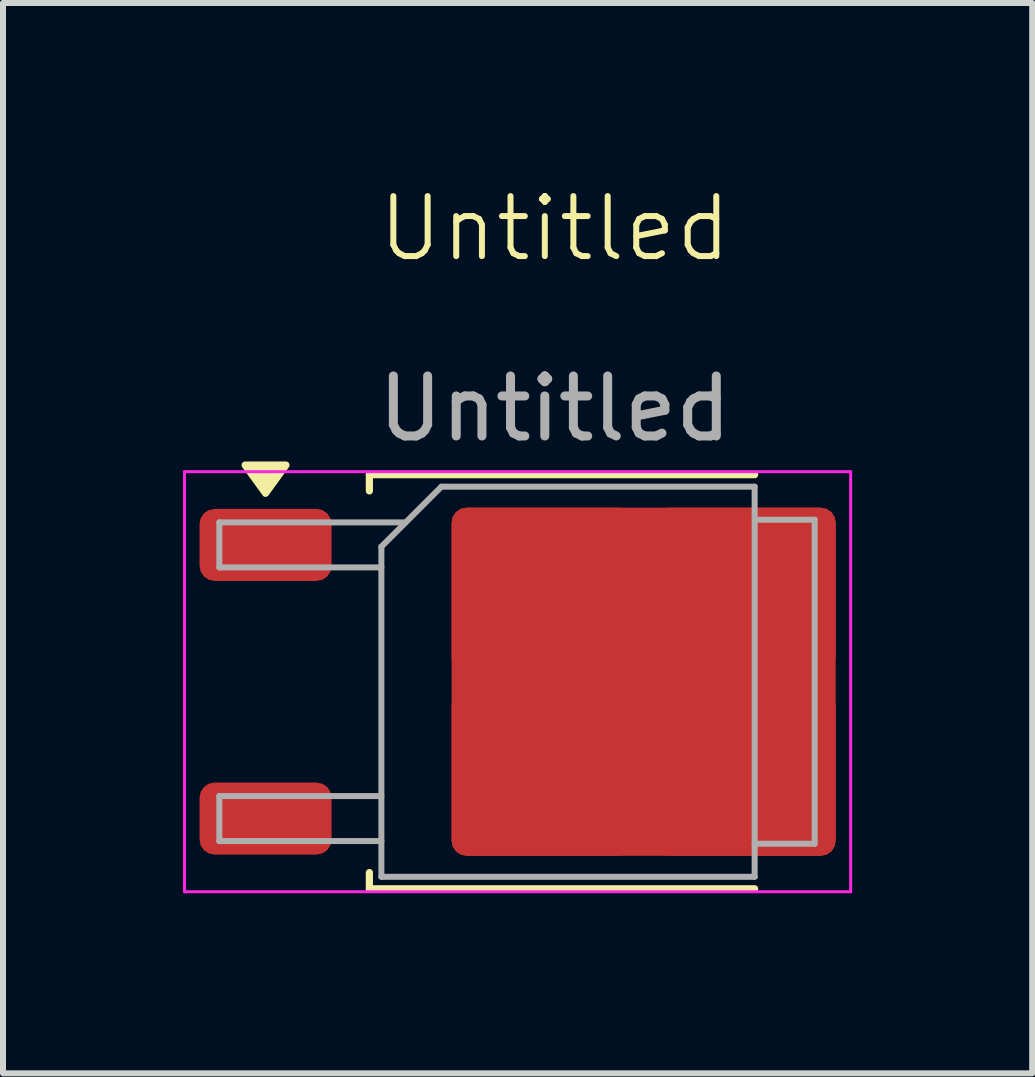
<source format=kicad_pcb>
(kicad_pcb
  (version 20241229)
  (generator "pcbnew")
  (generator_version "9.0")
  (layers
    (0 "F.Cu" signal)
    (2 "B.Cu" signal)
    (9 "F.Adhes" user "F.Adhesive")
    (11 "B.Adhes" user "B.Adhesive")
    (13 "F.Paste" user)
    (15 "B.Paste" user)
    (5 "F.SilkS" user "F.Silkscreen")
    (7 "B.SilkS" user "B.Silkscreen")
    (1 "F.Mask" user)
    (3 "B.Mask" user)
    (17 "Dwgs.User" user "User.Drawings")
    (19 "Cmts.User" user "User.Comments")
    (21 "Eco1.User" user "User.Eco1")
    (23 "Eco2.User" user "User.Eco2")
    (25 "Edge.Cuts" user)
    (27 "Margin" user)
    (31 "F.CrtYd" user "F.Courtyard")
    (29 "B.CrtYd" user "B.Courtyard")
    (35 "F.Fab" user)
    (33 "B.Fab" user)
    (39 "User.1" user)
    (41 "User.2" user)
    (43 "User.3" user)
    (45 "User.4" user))
  (footprint "Untitled"
    (layer "F.Cu")
    (at 6.195 1.26)
    (property "Reference" "Untitled" (at 0 -0.5 0) (unlocked yes) (layer "F.SilkS") (effects (font (size 1 1) (thickness 0.1))))
    (attr smd)
    (fp_line (start -3.09 3.6) (end -3.09 3.87) (stroke (width 0.12) (type solid)) (layer "F.SilkS"))
    (fp_line (start -3.09 10.5) (end -3.09 10.23) (stroke (width 0.12) (type solid)) (layer "F.SilkS"))
    (fp_line (start 3.33 3.6) (end -3.09 3.6) (stroke (width 0.12) (type solid)) (layer "F.SilkS"))
    (fp_line (start 3.33 10.5) (end -3.09 10.5) (stroke (width 0.12) (type solid)) (layer "F.SilkS"))
    (fp_poly (pts (xy -4.82 3.91) (xy -5.16 3.44) (xy -4.48 3.44) (xy -4.82 3.91)) (stroke (width 0.12) (type solid)) (fill yes) (layer "F.SilkS"))
    (fp_line (start -6.17 3.55) (end -6.17 10.55) (stroke (width 0.05) (type solid)) (layer "F.CrtYd"))
    (fp_line (start -6.17 10.55) (end 4.93 10.55) (stroke (width 0.05) (type solid)) (layer "F.CrtYd"))
    (fp_line (start 4.93 3.55) (end -6.17 3.55) (stroke (width 0.05) (type solid)) (layer "F.CrtYd"))
    (fp_line (start 4.93 10.55) (end 4.93 3.55) (stroke (width 0.05) (type solid)) (layer "F.CrtYd"))
    (fp_line (start -5.59 4.395) (end -5.59 5.145) (stroke (width 0.1) (type solid)) (layer "F.Fab"))
    (fp_line (start -5.59 5.145) (end -2.89 5.145) (stroke (width 0.1) (type solid)) (layer "F.Fab"))
    (fp_line (start -5.59 8.955) (end -5.59 9.705) (stroke (width 0.1) (type solid)) (layer "F.Fab"))
    (fp_line (start -5.59 9.705) (end -2.89 9.705) (stroke (width 0.1) (type solid)) (layer "F.Fab"))
    (fp_line (start -2.89 4.8) (end -1.89 3.8) (stroke (width 0.1) (type solid)) (layer "F.Fab"))
    (fp_line (start -2.89 8.955) (end -5.59 8.955) (stroke (width 0.1) (type solid)) (layer "F.Fab"))
    (fp_line (start -2.89 10.3) (end -2.89 4.8) (stroke (width 0.1) (type solid)) (layer "F.Fab"))
    (fp_line (start -2.485 4.395) (end -5.59 4.395) (stroke (width 0.1) (type solid)) (layer "F.Fab"))
    (fp_line (start -1.89 3.8) (end 3.33 3.8) (stroke (width 0.1) (type solid)) (layer "F.Fab"))
    (fp_line (start 3.33 3.8) (end 3.33 10.3) (stroke (width 0.1) (type solid)) (layer "F.Fab"))
    (fp_line (start 3.33 4.35) (end 4.33 4.35) (stroke (width 0.1) (type solid)) (layer "F.Fab"))
    (fp_line (start 3.33 10.3) (end -2.89 10.3) (stroke (width 0.1) (type solid)) (layer "F.Fab"))
    (fp_line (start 4.33 4.35) (end 4.33 9.75) (stroke (width 0.1) (type solid)) (layer "F.Fab"))
    (fp_line (start 4.33 9.75) (end 3.33 9.75) (stroke (width 0.1) (type solid)) (layer "F.Fab"))
    (fp_text user "${REFERENCE}" (at 0 2.5 0) (unlocked yes) (layer "F.Fab") (effects (font (size 1 1) (thickness 0.15))))
    (pad "1" smd roundrect (at -4.82 4.77) (size 2.2 1.2) (layers "F.Cu" "F.Mask" "F.Paste") (roundrect_rratio 0.208))
    (pad "2" smd roundrect (at -0.195 5.525) (size 3.05 2.75) (layers "F.Cu" "F.Paste") (roundrect_rratio 0.091))
    (pad "2" smd roundrect (at -0.195 8.575) (size 3.05 2.75) (layers "F.Cu" "F.Paste") (roundrect_rratio 0.091))
    (pad "2" smd roundrect (at 1.48 7.05) (size 6.4 5.8) (layers "F.Cu" "F.Mask") (roundrect_rratio 0.043))
    (pad "2" smd roundrect (at 3.155 5.525) (size 3.05 2.75) (layers "F.Cu" "F.Paste") (roundrect_rratio 0.091))
    (pad "2" smd roundrect (at 3.155 8.575) (size 3.05 2.75) (layers "F.Cu" "F.Paste") (roundrect_rratio 0.091))
    (pad "3" smd roundrect (at -4.82 9.33) (size 2.2 1.2) (layers "F.Cu" "F.Mask" "F.Paste") (roundrect_rratio 0.208)))
  (gr_rect
    (start -3 -3)
    (end 14.15 14.835)
    (stroke (width 0.1) (type default))
    (fill no)
    (layer "Edge.Cuts")))
</source>
